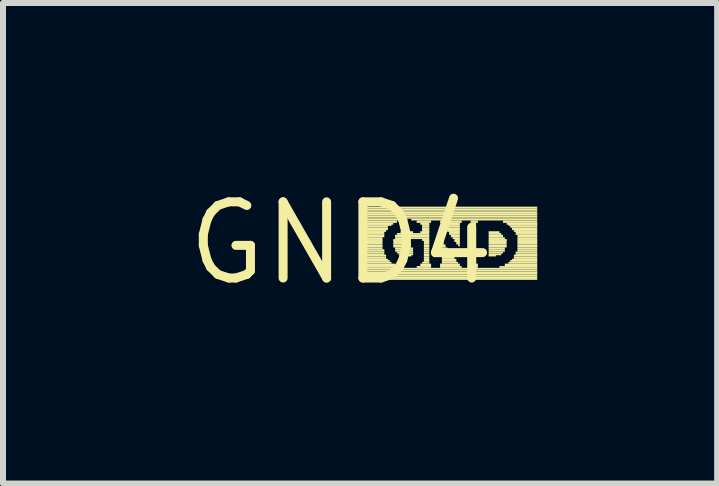
<source format=kicad_pcb>
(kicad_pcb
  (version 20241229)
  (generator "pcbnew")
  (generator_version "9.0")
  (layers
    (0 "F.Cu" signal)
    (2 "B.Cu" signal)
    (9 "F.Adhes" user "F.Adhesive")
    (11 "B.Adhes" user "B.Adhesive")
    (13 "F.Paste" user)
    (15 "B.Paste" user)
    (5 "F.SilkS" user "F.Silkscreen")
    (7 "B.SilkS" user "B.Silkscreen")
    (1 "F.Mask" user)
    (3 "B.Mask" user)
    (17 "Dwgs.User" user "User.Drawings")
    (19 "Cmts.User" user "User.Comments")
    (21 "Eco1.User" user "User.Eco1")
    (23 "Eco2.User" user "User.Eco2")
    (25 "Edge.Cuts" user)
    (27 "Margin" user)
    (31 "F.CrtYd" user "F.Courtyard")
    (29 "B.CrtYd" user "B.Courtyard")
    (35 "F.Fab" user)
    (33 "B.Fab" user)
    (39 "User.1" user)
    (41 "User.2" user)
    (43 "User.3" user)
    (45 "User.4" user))
  (footprint "GND4"
    (layer "F.Cu")
    (at 2.638 1.006)
    (property "Reference" "GND4" (at 0 0 0) (layer "F.SilkS") (effects (font (size 1.27 1.27) (thickness 0.15))))
    (attr through_hole)
    (fp_poly (pts (xy 0.36 -0.58) (xy 3.27 -0.58) (xy 3.27 -0.61) (xy 0.36 -0.61)) (stroke (width 0) (type solid)) (fill yes) (layer "F.SilkS"))
    (fp_poly (pts (xy 0.36 -0.55) (xy 3.27 -0.55) (xy 3.27 -0.58) (xy 0.36 -0.58)) (stroke (width 0) (type solid)) (fill yes) (layer "F.SilkS"))
    (fp_poly (pts (xy 0.36 -0.53) (xy 3.27 -0.53) (xy 3.27 -0.55) (xy 0.36 -0.55)) (stroke (width 0) (type solid)) (fill yes) (layer "F.SilkS"))
    (fp_poly (pts (xy 0.36 -0.49) (xy 3.27 -0.49) (xy 3.27 -0.53) (xy 0.36 -0.53)) (stroke (width 0) (type solid)) (fill yes) (layer "F.SilkS"))
    (fp_poly (pts (xy 0.36 -0.46) (xy 3.27 -0.46) (xy 3.27 -0.49) (xy 0.36 -0.49)) (stroke (width 0) (type solid)) (fill yes) (layer "F.SilkS"))
    (fp_poly (pts (xy 0.36 -0.43) (xy 3.27 -0.43) (xy 3.27 -0.46) (xy 0.36 -0.46)) (stroke (width 0) (type solid)) (fill yes) (layer "F.SilkS"))
    (fp_poly (pts (xy 0.36 -0.41) (xy 3.27 -0.41) (xy 3.27 -0.43) (xy 0.36 -0.43)) (stroke (width 0) (type solid)) (fill yes) (layer "F.SilkS"))
    (fp_poly (pts (xy 0.36 -0.38) (xy 0.99 -0.38) (xy 0.99 -0.41) (xy 0.36 -0.41)) (stroke (width 0) (type solid)) (fill yes) (layer "F.SilkS"))
    (fp_poly (pts (xy 0.36 -0.34) (xy 0.93 -0.34) (xy 0.93 -0.38) (xy 0.36 -0.38)) (stroke (width 0) (type solid)) (fill yes) (layer "F.SilkS"))
    (fp_poly (pts (xy 0.36 -0.31) (xy 0.87 -0.31) (xy 0.87 -0.34) (xy 0.36 -0.34)) (stroke (width 0) (type solid)) (fill yes) (layer "F.SilkS"))
    (fp_poly (pts (xy 0.36 -0.29) (xy 0.84 -0.29) (xy 0.84 -0.32) (xy 0.36 -0.32)) (stroke (width 0) (type solid)) (fill yes) (layer "F.SilkS"))
    (fp_poly (pts (xy 0.36 -0.26) (xy 0.78 -0.26) (xy 0.78 -0.29) (xy 0.36 -0.29)) (stroke (width 0) (type solid)) (fill yes) (layer "F.SilkS"))
    (fp_poly (pts (xy 0.36 -0.22) (xy 0.78 -0.22) (xy 0.78 -0.26) (xy 0.36 -0.26)) (stroke (width 0) (type solid)) (fill yes) (layer "F.SilkS"))
    (fp_poly (pts (xy 0.36 -0.19) (xy 0.75 -0.19) (xy 0.75 -0.22) (xy 0.36 -0.22)) (stroke (width 0) (type solid)) (fill yes) (layer "F.SilkS"))
    (fp_poly (pts (xy 0.36 -0.17) (xy 0.72 -0.17) (xy 0.72 -0.2) (xy 0.36 -0.2)) (stroke (width 0) (type solid)) (fill yes) (layer "F.SilkS"))
    (fp_poly (pts (xy 0.36 -0.14) (xy 0.72 -0.14) (xy 0.72 -0.17) (xy 0.36 -0.17)) (stroke (width 0) (type solid)) (fill yes) (layer "F.SilkS"))
    (fp_poly (pts (xy 0.36 -0.1) (xy 0.72 -0.1) (xy 0.72 -0.14) (xy 0.36 -0.14)) (stroke (width 0) (type solid)) (fill yes) (layer "F.SilkS"))
    (fp_poly (pts (xy 0.36 -0.07) (xy 0.69 -0.07) (xy 0.69 -0.1) (xy 0.36 -0.1)) (stroke (width 0) (type solid)) (fill yes) (layer "F.SilkS"))
    (fp_poly (pts (xy 0.36 -0.04) (xy 0.69 -0.04) (xy 0.69 -0.07) (xy 0.36 -0.07)) (stroke (width 0) (type solid)) (fill yes) (layer "F.SilkS"))
    (fp_poly (pts (xy 0.36 -0.02) (xy 0.69 -0.02) (xy 0.69 -0.05) (xy 0.36 -0.05)) (stroke (width 0) (type solid)) (fill yes) (layer "F.SilkS"))
    (fp_poly (pts (xy 0.36 0.02) (xy 0.69 0.02) (xy 0.69 -0.02) (xy 0.36 -0.02)) (stroke (width 0) (type solid)) (fill yes) (layer "F.SilkS"))
    (fp_poly (pts (xy 0.36 0.05) (xy 0.69 0.05) (xy 0.69 0.02) (xy 0.36 0.02)) (stroke (width 0) (type solid)) (fill yes) (layer "F.SilkS"))
    (fp_poly (pts (xy 0.36 0.07) (xy 0.69 0.07) (xy 0.69 0.04) (xy 0.36 0.04)) (stroke (width 0) (type solid)) (fill yes) (layer "F.SilkS"))
    (fp_poly (pts (xy 0.36 0.1) (xy 0.69 0.1) (xy 0.69 0.07) (xy 0.36 0.07)) (stroke (width 0) (type solid)) (fill yes) (layer "F.SilkS"))
    (fp_poly (pts (xy 0.36 0.14) (xy 0.72 0.14) (xy 0.72 0.1) (xy 0.36 0.1)) (stroke (width 0) (type solid)) (fill yes) (layer "F.SilkS"))
    (fp_poly (pts (xy 0.36 0.17) (xy 0.72 0.17) (xy 0.72 0.14) (xy 0.36 0.14)) (stroke (width 0) (type solid)) (fill yes) (layer "F.SilkS"))
    (fp_poly (pts (xy 0.36 0.2) (xy 0.72 0.2) (xy 0.72 0.17) (xy 0.36 0.17)) (stroke (width 0) (type solid)) (fill yes) (layer "F.SilkS"))
    (fp_poly (pts (xy 0.36 0.22) (xy 0.75 0.22) (xy 0.75 0.19) (xy 0.36 0.19)) (stroke (width 0) (type solid)) (fill yes) (layer "F.SilkS"))
    (fp_poly (pts (xy 0.36 0.26) (xy 0.75 0.26) (xy 0.75 0.22) (xy 0.36 0.22)) (stroke (width 0) (type solid)) (fill yes) (layer "F.SilkS"))
    (fp_poly (pts (xy 0.36 0.29) (xy 0.78 0.29) (xy 0.78 0.26) (xy 0.36 0.26)) (stroke (width 0) (type solid)) (fill yes) (layer "F.SilkS"))
    (fp_poly (pts (xy 0.36 0.31) (xy 0.81 0.31) (xy 0.81 0.28) (xy 0.36 0.28)) (stroke (width 0) (type solid)) (fill yes) (layer "F.SilkS"))
    (fp_poly (pts (xy 0.36 0.34) (xy 0.84 0.34) (xy 0.84 0.31) (xy 0.36 0.31)) (stroke (width 0) (type solid)) (fill yes) (layer "F.SilkS"))
    (fp_poly (pts (xy 0.36 0.38) (xy 0.9 0.38) (xy 0.9 0.34) (xy 0.36 0.34)) (stroke (width 0) (type solid)) (fill yes) (layer "F.SilkS"))
    (fp_poly (pts (xy 0.36 0.41) (xy 0.96 0.41) (xy 0.96 0.38) (xy 0.36 0.38)) (stroke (width 0) (type solid)) (fill yes) (layer "F.SilkS"))
    (fp_poly (pts (xy 0.36 0.44) (xy 3.27 0.44) (xy 3.27 0.41) (xy 0.36 0.41)) (stroke (width 0) (type solid)) (fill yes) (layer "F.SilkS"))
    (fp_poly (pts (xy 0.36 0.47) (xy 3.27 0.47) (xy 3.27 0.44) (xy 0.36 0.44)) (stroke (width 0) (type solid)) (fill yes) (layer "F.SilkS"))
    (fp_poly (pts (xy 0.36 0.5) (xy 3.27 0.5) (xy 3.27 0.47) (xy 0.36 0.47)) (stroke (width 0) (type solid)) (fill yes) (layer "F.SilkS"))
    (fp_poly (pts (xy 0.36 0.52) (xy 3.27 0.52) (xy 3.27 0.49) (xy 0.36 0.49)) (stroke (width 0) (type solid)) (fill yes) (layer "F.SilkS"))
    (fp_poly (pts (xy 0.36 0.55) (xy 3.27 0.55) (xy 3.27 0.52) (xy 0.36 0.52)) (stroke (width 0) (type solid)) (fill yes) (layer "F.SilkS"))
    (fp_poly (pts (xy 0.36 0.58) (xy 3.27 0.58) (xy 3.27 0.55) (xy 0.36 0.55)) (stroke (width 0) (type solid)) (fill yes) (layer "F.SilkS"))
    (fp_poly (pts (xy 0.36 0.61) (xy 3.27 0.61) (xy 3.27 0.58) (xy 0.36 0.58)) (stroke (width 0) (type solid)) (fill yes) (layer "F.SilkS"))
    (fp_poly (pts (xy 0.87 -0.04) (xy 1.08 -0.04) (xy 1.08 -0.07) (xy 0.87 -0.07)) (stroke (width 0) (type solid)) (fill yes) (layer "F.SilkS"))
    (fp_poly (pts (xy 0.87 -0.02) (xy 1.05 -0.02) (xy 1.05 -0.05) (xy 0.87 -0.05)) (stroke (width 0) (type solid)) (fill yes) (layer "F.SilkS"))
    (fp_poly (pts (xy 0.87 0.02) (xy 1.05 0.02) (xy 1.05 -0.02) (xy 0.87 -0.02)) (stroke (width 0) (type solid)) (fill yes) (layer "F.SilkS"))
    (fp_poly (pts (xy 0.87 0.05) (xy 1.05 0.05) (xy 1.05 0.02) (xy 0.87 0.02)) (stroke (width 0) (type solid)) (fill yes) (layer "F.SilkS"))
    (fp_poly (pts (xy 0.87 0.07) (xy 1.05 0.07) (xy 1.05 0.04) (xy 0.87 0.04)) (stroke (width 0) (type solid)) (fill yes) (layer "F.SilkS"))
    (fp_poly (pts (xy 0.9 -0.1) (xy 1.47 -0.1) (xy 1.47 -0.14) (xy 0.9 -0.14)) (stroke (width 0) (type solid)) (fill yes) (layer "F.SilkS"))
    (fp_poly (pts (xy 0.9 -0.07) (xy 1.47 -0.07) (xy 1.47 -0.1) (xy 0.9 -0.1)) (stroke (width 0) (type solid)) (fill yes) (layer "F.SilkS"))
    (fp_poly (pts (xy 0.9 0.1) (xy 1.2 0.1) (xy 1.2 0.07) (xy 0.9 0.07)) (stroke (width 0) (type solid)) (fill yes) (layer "F.SilkS"))
    (fp_poly (pts (xy 0.9 0.14) (xy 1.2 0.14) (xy 1.2 0.1) (xy 0.9 0.1)) (stroke (width 0) (type solid)) (fill yes) (layer "F.SilkS"))
    (fp_poly (pts (xy 0.93 -0.14) (xy 1.47 -0.14) (xy 1.47 -0.17) (xy 0.93 -0.17)) (stroke (width 0) (type solid)) (fill yes) (layer "F.SilkS"))
    (fp_poly (pts (xy 0.93 0.17) (xy 1.2 0.17) (xy 1.2 0.14) (xy 0.93 0.14)) (stroke (width 0) (type solid)) (fill yes) (layer "F.SilkS"))
    (fp_poly (pts (xy 0.96 0.2) (xy 1.2 0.2) (xy 1.2 0.17) (xy 0.96 0.17)) (stroke (width 0) (type solid)) (fill yes) (layer "F.SilkS"))
    (fp_poly (pts (xy 0.99 -0.17) (xy 1.2 -0.17) (xy 1.2 -0.2) (xy 0.99 -0.2)) (stroke (width 0) (type solid)) (fill yes) (layer "F.SilkS"))
    (fp_poly (pts (xy 1.02 0.22) (xy 1.17 0.22) (xy 1.17 0.19) (xy 1.02 0.19)) (stroke (width 0) (type solid)) (fill yes) (layer "F.SilkS"))
    (fp_poly (pts (xy 1.17 -0.38) (xy 3.27 -0.38) (xy 3.27 -0.41) (xy 1.17 -0.41)) (stroke (width 0) (type solid)) (fill yes) (layer "F.SilkS"))
    (fp_poly (pts (xy 1.26 -0.34) (xy 1.5 -0.34) (xy 1.5 -0.38) (xy 1.26 -0.38)) (stroke (width 0) (type solid)) (fill yes) (layer "F.SilkS"))
    (fp_poly (pts (xy 1.26 0.41) (xy 1.5 0.41) (xy 1.5 0.38) (xy 1.26 0.38)) (stroke (width 0) (type solid)) (fill yes) (layer "F.SilkS"))
    (fp_poly (pts (xy 1.32 -0.31) (xy 1.47 -0.31) (xy 1.47 -0.34) (xy 1.32 -0.34)) (stroke (width 0) (type solid)) (fill yes) (layer "F.SilkS"))
    (fp_poly (pts (xy 1.32 -0.17) (xy 1.47 -0.17) (xy 1.47 -0.2) (xy 1.32 -0.2)) (stroke (width 0) (type solid)) (fill yes) (layer "F.SilkS"))
    (fp_poly (pts (xy 1.32 0.38) (xy 1.5 0.38) (xy 1.5 0.34) (xy 1.32 0.34)) (stroke (width 0) (type solid)) (fill yes) (layer "F.SilkS"))
    (fp_poly (pts (xy 1.35 -0.29) (xy 1.47 -0.29) (xy 1.47 -0.32) (xy 1.35 -0.32)) (stroke (width 0) (type solid)) (fill yes) (layer "F.SilkS"))
    (fp_poly (pts (xy 1.35 -0.26) (xy 1.47 -0.26) (xy 1.47 -0.29) (xy 1.35 -0.29)) (stroke (width 0) (type solid)) (fill yes) (layer "F.SilkS"))
    (fp_poly (pts (xy 1.35 -0.22) (xy 1.47 -0.22) (xy 1.47 -0.26) (xy 1.35 -0.26)) (stroke (width 0) (type solid)) (fill yes) (layer "F.SilkS"))
    (fp_poly (pts (xy 1.35 -0.19) (xy 1.47 -0.19) (xy 1.47 -0.22) (xy 1.35 -0.22)) (stroke (width 0) (type solid)) (fill yes) (layer "F.SilkS"))
    (fp_poly (pts (xy 1.35 -0.04) (xy 1.47 -0.04) (xy 1.47 -0.07) (xy 1.35 -0.07)) (stroke (width 0) (type solid)) (fill yes) (layer "F.SilkS"))
    (fp_poly (pts (xy 1.35 0.34) (xy 1.47 0.34) (xy 1.47 0.31) (xy 1.35 0.31)) (stroke (width 0) (type solid)) (fill yes) (layer "F.SilkS"))
    (fp_poly (pts (xy 1.38 -0.02) (xy 1.47 -0.02) (xy 1.47 -0.05) (xy 1.38 -0.05)) (stroke (width 0) (type solid)) (fill yes) (layer "F.SilkS"))
    (fp_poly (pts (xy 1.38 0.02) (xy 1.47 0.02) (xy 1.47 -0.02) (xy 1.38 -0.02)) (stroke (width 0) (type solid)) (fill yes) (layer "F.SilkS"))
    (fp_poly (pts (xy 1.38 0.05) (xy 1.47 0.05) (xy 1.47 0.02) (xy 1.38 0.02)) (stroke (width 0) (type solid)) (fill yes) (layer "F.SilkS"))
    (fp_poly (pts (xy 1.38 0.07) (xy 1.47 0.07) (xy 1.47 0.04) (xy 1.38 0.04)) (stroke (width 0) (type solid)) (fill yes) (layer "F.SilkS"))
    (fp_poly (pts (xy 1.38 0.1) (xy 1.47 0.1) (xy 1.47 0.07) (xy 1.38 0.07)) (stroke (width 0) (type solid)) (fill yes) (layer "F.SilkS"))
    (fp_poly (pts (xy 1.38 0.14) (xy 1.47 0.14) (xy 1.47 0.1) (xy 1.38 0.1)) (stroke (width 0) (type solid)) (fill yes) (layer "F.SilkS"))
    (fp_poly (pts (xy 1.38 0.17) (xy 1.47 0.17) (xy 1.47 0.14) (xy 1.38 0.14)) (stroke (width 0) (type solid)) (fill yes) (layer "F.SilkS"))
    (fp_poly (pts (xy 1.38 0.2) (xy 1.47 0.2) (xy 1.47 0.17) (xy 1.38 0.17)) (stroke (width 0) (type solid)) (fill yes) (layer "F.SilkS"))
    (fp_poly (pts (xy 1.38 0.22) (xy 1.47 0.22) (xy 1.47 0.19) (xy 1.38 0.19)) (stroke (width 0) (type solid)) (fill yes) (layer "F.SilkS"))
    (fp_poly (pts (xy 1.38 0.26) (xy 1.47 0.26) (xy 1.47 0.22) (xy 1.38 0.22)) (stroke (width 0) (type solid)) (fill yes) (layer "F.SilkS"))
    (fp_poly (pts (xy 1.38 0.29) (xy 1.47 0.29) (xy 1.47 0.26) (xy 1.38 0.26)) (stroke (width 0) (type solid)) (fill yes) (layer "F.SilkS"))
    (fp_poly (pts (xy 1.38 0.31) (xy 1.47 0.31) (xy 1.47 0.28) (xy 1.38 0.28)) (stroke (width 0) (type solid)) (fill yes) (layer "F.SilkS"))
    (fp_poly (pts (xy 1.65 -0.34) (xy 2.01 -0.34) (xy 2.01 -0.38) (xy 1.65 -0.38)) (stroke (width 0) (type solid)) (fill yes) (layer "F.SilkS"))
    (fp_poly (pts (xy 1.65 0.38) (xy 1.98 0.38) (xy 1.98 0.34) (xy 1.65 0.34)) (stroke (width 0) (type solid)) (fill yes) (layer "F.SilkS"))
    (fp_poly (pts (xy 1.65 0.41) (xy 2.01 0.41) (xy 2.01 0.38) (xy 1.65 0.38)) (stroke (width 0) (type solid)) (fill yes) (layer "F.SilkS"))
    (fp_poly (pts (xy 1.68 -0.31) (xy 1.98 -0.31) (xy 1.98 -0.34) (xy 1.68 -0.34)) (stroke (width 0) (type solid)) (fill yes) (layer "F.SilkS"))
    (fp_poly (pts (xy 1.68 0.02) (xy 1.71 0.02) (xy 1.71 -0.02) (xy 1.68 -0.02)) (stroke (width 0) (type solid)) (fill yes) (layer "F.SilkS"))
    (fp_poly (pts (xy 1.68 0.05) (xy 1.74 0.05) (xy 1.74 0.02) (xy 1.68 0.02)) (stroke (width 0) (type solid)) (fill yes) (layer "F.SilkS"))
    (fp_poly (pts (xy 1.68 0.07) (xy 1.74 0.07) (xy 1.74 0.04) (xy 1.68 0.04)) (stroke (width 0) (type solid)) (fill yes) (layer "F.SilkS"))
    (fp_poly (pts (xy 1.68 0.1) (xy 1.77 0.1) (xy 1.77 0.07) (xy 1.68 0.07)) (stroke (width 0) (type solid)) (fill yes) (layer "F.SilkS"))
    (fp_poly (pts (xy 1.68 0.14) (xy 1.8 0.14) (xy 1.8 0.1) (xy 1.68 0.1)) (stroke (width 0) (type solid)) (fill yes) (layer "F.SilkS"))
    (fp_poly (pts (xy 1.68 0.17) (xy 1.83 0.17) (xy 1.83 0.14) (xy 1.68 0.14)) (stroke (width 0) (type solid)) (fill yes) (layer "F.SilkS"))
    (fp_poly (pts (xy 1.68 0.2) (xy 1.83 0.2) (xy 1.83 0.17) (xy 1.68 0.17)) (stroke (width 0) (type solid)) (fill yes) (layer "F.SilkS"))
    (fp_poly (pts (xy 1.68 0.22) (xy 1.86 0.22) (xy 1.86 0.19) (xy 1.68 0.19)) (stroke (width 0) (type solid)) (fill yes) (layer "F.SilkS"))
    (fp_poly (pts (xy 1.68 0.26) (xy 1.89 0.26) (xy 1.89 0.22) (xy 1.68 0.22)) (stroke (width 0) (type solid)) (fill yes) (layer "F.SilkS"))
    (fp_poly (pts (xy 1.68 0.29) (xy 1.92 0.29) (xy 1.92 0.26) (xy 1.68 0.26)) (stroke (width 0) (type solid)) (fill yes) (layer "F.SilkS"))
    (fp_poly (pts (xy 1.68 0.31) (xy 1.92 0.31) (xy 1.92 0.28) (xy 1.68 0.28)) (stroke (width 0) (type solid)) (fill yes) (layer "F.SilkS"))
    (fp_poly (pts (xy 1.68 0.34) (xy 1.95 0.34) (xy 1.95 0.31) (xy 1.68 0.31)) (stroke (width 0) (type solid)) (fill yes) (layer "F.SilkS"))
    (fp_poly (pts (xy 1.71 -0.29) (xy 1.98 -0.29) (xy 1.98 -0.32) (xy 1.71 -0.32)) (stroke (width 0) (type solid)) (fill yes) (layer "F.SilkS"))
    (fp_poly (pts (xy 1.71 -0.26) (xy 1.98 -0.26) (xy 1.98 -0.29) (xy 1.71 -0.29)) (stroke (width 0) (type solid)) (fill yes) (layer "F.SilkS"))
    (fp_poly (pts (xy 1.74 -0.22) (xy 1.98 -0.22) (xy 1.98 -0.26) (xy 1.74 -0.26)) (stroke (width 0) (type solid)) (fill yes) (layer "F.SilkS"))
    (fp_poly (pts (xy 1.77 -0.19) (xy 1.98 -0.19) (xy 1.98 -0.22) (xy 1.77 -0.22)) (stroke (width 0) (type solid)) (fill yes) (layer "F.SilkS"))
    (fp_poly (pts (xy 1.8 -0.17) (xy 1.98 -0.17) (xy 1.98 -0.2) (xy 1.8 -0.2)) (stroke (width 0) (type solid)) (fill yes) (layer "F.SilkS"))
    (fp_poly (pts (xy 1.8 -0.14) (xy 1.98 -0.14) (xy 1.98 -0.17) (xy 1.8 -0.17)) (stroke (width 0) (type solid)) (fill yes) (layer "F.SilkS"))
    (fp_poly (pts (xy 1.83 -0.1) (xy 1.98 -0.1) (xy 1.98 -0.14) (xy 1.83 -0.14)) (stroke (width 0) (type solid)) (fill yes) (layer "F.SilkS"))
    (fp_poly (pts (xy 1.86 -0.07) (xy 1.98 -0.07) (xy 1.98 -0.1) (xy 1.86 -0.1)) (stroke (width 0) (type solid)) (fill yes) (layer "F.SilkS"))
    (fp_poly (pts (xy 1.89 -0.04) (xy 1.98 -0.04) (xy 1.98 -0.07) (xy 1.89 -0.07)) (stroke (width 0) (type solid)) (fill yes) (layer "F.SilkS"))
    (fp_poly (pts (xy 1.89 -0.02) (xy 1.98 -0.02) (xy 1.98 -0.05) (xy 1.89 -0.05)) (stroke (width 0) (type solid)) (fill yes) (layer "F.SilkS"))
    (fp_poly (pts (xy 1.92 0.02) (xy 1.98 0.02) (xy 1.98 -0.02) (xy 1.92 -0.02)) (stroke (width 0) (type solid)) (fill yes) (layer "F.SilkS"))
    (fp_poly (pts (xy 1.95 0.05) (xy 1.98 0.05) (xy 1.98 0.02) (xy 1.95 0.02)) (stroke (width 0) (type solid)) (fill yes) (layer "F.SilkS"))
    (fp_poly (pts (xy 2.13 0.41) (xy 2.28 0.41) (xy 2.28 0.38) (xy 2.13 0.38)) (stroke (width 0) (type solid)) (fill yes) (layer "F.SilkS"))
    (fp_poly (pts (xy 2.16 -0.34) (xy 2.28 -0.34) (xy 2.28 -0.38) (xy 2.16 -0.38)) (stroke (width 0) (type solid)) (fill yes) (layer "F.SilkS"))
    (fp_poly (pts (xy 2.16 -0.31) (xy 2.25 -0.31) (xy 2.25 -0.34) (xy 2.16 -0.34)) (stroke (width 0) (type solid)) (fill yes) (layer "F.SilkS"))
    (fp_poly (pts (xy 2.16 -0.29) (xy 2.25 -0.29) (xy 2.25 -0.32) (xy 2.16 -0.32)) (stroke (width 0) (type solid)) (fill yes) (layer "F.SilkS"))
    (fp_poly (pts (xy 2.16 -0.26) (xy 2.25 -0.26) (xy 2.25 -0.29) (xy 2.16 -0.29)) (stroke (width 0) (type solid)) (fill yes) (layer "F.SilkS"))
    (fp_poly (pts (xy 2.16 -0.22) (xy 2.25 -0.22) (xy 2.25 -0.26) (xy 2.16 -0.26)) (stroke (width 0) (type solid)) (fill yes) (layer "F.SilkS"))
    (fp_poly (pts (xy 2.16 -0.19) (xy 2.25 -0.19) (xy 2.25 -0.22) (xy 2.16 -0.22)) (stroke (width 0) (type solid)) (fill yes) (layer "F.SilkS"))
    (fp_poly (pts (xy 2.16 -0.17) (xy 2.25 -0.17) (xy 2.25 -0.2) (xy 2.16 -0.2)) (stroke (width 0) (type solid)) (fill yes) (layer "F.SilkS"))
    (fp_poly (pts (xy 2.16 -0.14) (xy 2.25 -0.14) (xy 2.25 -0.17) (xy 2.16 -0.17)) (stroke (width 0) (type solid)) (fill yes) (layer "F.SilkS"))
    (fp_poly (pts (xy 2.16 -0.1) (xy 2.25 -0.1) (xy 2.25 -0.14) (xy 2.16 -0.14)) (stroke (width 0) (type solid)) (fill yes) (layer "F.SilkS"))
    (fp_poly (pts (xy 2.16 -0.07) (xy 2.25 -0.07) (xy 2.25 -0.1) (xy 2.16 -0.1)) (stroke (width 0) (type solid)) (fill yes) (layer "F.SilkS"))
    (fp_poly (pts (xy 2.16 -0.04) (xy 2.25 -0.04) (xy 2.25 -0.07) (xy 2.16 -0.07)) (stroke (width 0) (type solid)) (fill yes) (layer "F.SilkS"))
    (fp_poly (pts (xy 2.16 -0.02) (xy 2.25 -0.02) (xy 2.25 -0.05) (xy 2.16 -0.05)) (stroke (width 0) (type solid)) (fill yes) (layer "F.SilkS"))
    (fp_poly (pts (xy 2.16 0.02) (xy 2.25 0.02) (xy 2.25 -0.02) (xy 2.16 -0.02)) (stroke (width 0) (type solid)) (fill yes) (layer "F.SilkS"))
    (fp_poly (pts (xy 2.16 0.05) (xy 2.25 0.05) (xy 2.25 0.02) (xy 2.16 0.02)) (stroke (width 0) (type solid)) (fill yes) (layer "F.SilkS"))
    (fp_poly (pts (xy 2.16 0.07) (xy 2.25 0.07) (xy 2.25 0.04) (xy 2.16 0.04)) (stroke (width 0) (type solid)) (fill yes) (layer "F.SilkS"))
    (fp_poly (pts (xy 2.16 0.1) (xy 2.25 0.1) (xy 2.25 0.07) (xy 2.16 0.07)) (stroke (width 0) (type solid)) (fill yes) (layer "F.SilkS"))
    (fp_poly (pts (xy 2.16 0.14) (xy 2.25 0.14) (xy 2.25 0.1) (xy 2.16 0.1)) (stroke (width 0) (type solid)) (fill yes) (layer "F.SilkS"))
    (fp_poly (pts (xy 2.16 0.17) (xy 2.25 0.17) (xy 2.25 0.14) (xy 2.16 0.14)) (stroke (width 0) (type solid)) (fill yes) (layer "F.SilkS"))
    (fp_poly (pts (xy 2.16 0.2) (xy 2.25 0.2) (xy 2.25 0.17) (xy 2.16 0.17)) (stroke (width 0) (type solid)) (fill yes) (layer "F.SilkS"))
    (fp_poly (pts (xy 2.16 0.22) (xy 2.25 0.22) (xy 2.25 0.19) (xy 2.16 0.19)) (stroke (width 0) (type solid)) (fill yes) (layer "F.SilkS"))
    (fp_poly (pts (xy 2.16 0.26) (xy 2.25 0.26) (xy 2.25 0.22) (xy 2.16 0.22)) (stroke (width 0) (type solid)) (fill yes) (layer "F.SilkS"))
    (fp_poly (pts (xy 2.16 0.29) (xy 2.25 0.29) (xy 2.25 0.26) (xy 2.16 0.26)) (stroke (width 0) (type solid)) (fill yes) (layer "F.SilkS"))
    (fp_poly (pts (xy 2.16 0.31) (xy 2.25 0.31) (xy 2.25 0.28) (xy 2.16 0.28)) (stroke (width 0) (type solid)) (fill yes) (layer "F.SilkS"))
    (fp_poly (pts (xy 2.16 0.34) (xy 2.25 0.34) (xy 2.25 0.31) (xy 2.16 0.31)) (stroke (width 0) (type solid)) (fill yes) (layer "F.SilkS"))
    (fp_poly (pts (xy 2.16 0.38) (xy 2.28 0.38) (xy 2.28 0.34) (xy 2.16 0.34)) (stroke (width 0) (type solid)) (fill yes) (layer "F.SilkS"))
    (fp_poly (pts (xy 2.46 -0.17) (xy 2.64 -0.17) (xy 2.64 -0.2) (xy 2.46 -0.2)) (stroke (width 0) (type solid)) (fill yes) (layer "F.SilkS"))
    (fp_poly (pts (xy 2.46 -0.14) (xy 2.67 -0.14) (xy 2.67 -0.17) (xy 2.46 -0.17)) (stroke (width 0) (type solid)) (fill yes) (layer "F.SilkS"))
    (fp_poly (pts (xy 2.46 -0.1) (xy 2.7 -0.1) (xy 2.7 -0.14) (xy 2.46 -0.14)) (stroke (width 0) (type solid)) (fill yes) (layer "F.SilkS"))
    (fp_poly (pts (xy 2.46 -0.07) (xy 2.73 -0.07) (xy 2.73 -0.1) (xy 2.46 -0.1)) (stroke (width 0) (type solid)) (fill yes) (layer "F.SilkS"))
    (fp_poly (pts (xy 2.46 -0.04) (xy 2.76 -0.04) (xy 2.76 -0.07) (xy 2.46 -0.07)) (stroke (width 0) (type solid)) (fill yes) (layer "F.SilkS"))
    (fp_poly (pts (xy 2.46 -0.02) (xy 2.76 -0.02) (xy 2.76 -0.05) (xy 2.46 -0.05)) (stroke (width 0) (type solid)) (fill yes) (layer "F.SilkS"))
    (fp_poly (pts (xy 2.46 0.02) (xy 2.76 0.02) (xy 2.76 -0.02) (xy 2.46 -0.02)) (stroke (width 0) (type solid)) (fill yes) (layer "F.SilkS"))
    (fp_poly (pts (xy 2.46 0.05) (xy 2.76 0.05) (xy 2.76 0.02) (xy 2.46 0.02)) (stroke (width 0) (type solid)) (fill yes) (layer "F.SilkS"))
    (fp_poly (pts (xy 2.46 0.07) (xy 2.76 0.07) (xy 2.76 0.04) (xy 2.46 0.04)) (stroke (width 0) (type solid)) (fill yes) (layer "F.SilkS"))
    (fp_poly (pts (xy 2.46 0.1) (xy 2.73 0.1) (xy 2.73 0.07) (xy 2.46 0.07)) (stroke (width 0) (type solid)) (fill yes) (layer "F.SilkS"))
    (fp_poly (pts (xy 2.46 0.14) (xy 2.73 0.14) (xy 2.73 0.1) (xy 2.46 0.1)) (stroke (width 0) (type solid)) (fill yes) (layer "F.SilkS"))
    (fp_poly (pts (xy 2.46 0.17) (xy 2.7 0.17) (xy 2.7 0.14) (xy 2.46 0.14)) (stroke (width 0) (type solid)) (fill yes) (layer "F.SilkS"))
    (fp_poly (pts (xy 2.46 0.2) (xy 2.67 0.2) (xy 2.67 0.17) (xy 2.46 0.17)) (stroke (width 0) (type solid)) (fill yes) (layer "F.SilkS"))
    (fp_poly (pts (xy 2.46 0.22) (xy 2.58 0.22) (xy 2.58 0.19) (xy 2.46 0.19)) (stroke (width 0) (type solid)) (fill yes) (layer "F.SilkS"))
    (fp_poly (pts (xy 2.64 0.41) (xy 3.27 0.41) (xy 3.27 0.38) (xy 2.64 0.38)) (stroke (width 0) (type solid)) (fill yes) (layer "F.SilkS"))
    (fp_poly (pts (xy 2.7 -0.34) (xy 3.27 -0.34) (xy 3.27 -0.38) (xy 2.7 -0.38)) (stroke (width 0) (type solid)) (fill yes) (layer "F.SilkS"))
    (fp_poly (pts (xy 2.73 0.38) (xy 3.27 0.38) (xy 3.27 0.34) (xy 2.73 0.34)) (stroke (width 0) (type solid)) (fill yes) (layer "F.SilkS"))
    (fp_poly (pts (xy 2.76 -0.31) (xy 3.27 -0.31) (xy 3.27 -0.34) (xy 2.76 -0.34)) (stroke (width 0) (type solid)) (fill yes) (layer "F.SilkS"))
    (fp_poly (pts (xy 2.79 -0.29) (xy 3.27 -0.29) (xy 3.27 -0.32) (xy 2.79 -0.32)) (stroke (width 0) (type solid)) (fill yes) (layer "F.SilkS"))
    (fp_poly (pts (xy 2.79 0.34) (xy 3.27 0.34) (xy 3.27 0.31) (xy 2.79 0.31)) (stroke (width 0) (type solid)) (fill yes) (layer "F.SilkS"))
    (fp_poly (pts (xy 2.82 -0.26) (xy 3.27 -0.26) (xy 3.27 -0.29) (xy 2.82 -0.29)) (stroke (width 0) (type solid)) (fill yes) (layer "F.SilkS"))
    (fp_poly (pts (xy 2.82 0.31) (xy 3.27 0.31) (xy 3.27 0.28) (xy 2.82 0.28)) (stroke (width 0) (type solid)) (fill yes) (layer "F.SilkS"))
    (fp_poly (pts (xy 2.85 -0.22) (xy 3.27 -0.22) (xy 3.27 -0.26) (xy 2.85 -0.26)) (stroke (width 0) (type solid)) (fill yes) (layer "F.SilkS"))
    (fp_poly (pts (xy 2.85 0.29) (xy 3.27 0.29) (xy 3.27 0.26) (xy 2.85 0.26)) (stroke (width 0) (type solid)) (fill yes) (layer "F.SilkS"))
    (fp_poly (pts (xy 2.88 -0.19) (xy 3.27 -0.19) (xy 3.27 -0.22) (xy 2.88 -0.22)) (stroke (width 0) (type solid)) (fill yes) (layer "F.SilkS"))
    (fp_poly (pts (xy 2.88 0.22) (xy 3.27 0.22) (xy 3.27 0.19) (xy 2.88 0.19)) (stroke (width 0) (type solid)) (fill yes) (layer "F.SilkS"))
    (fp_poly (pts (xy 2.88 0.26) (xy 3.27 0.26) (xy 3.27 0.22) (xy 2.88 0.22)) (stroke (width 0) (type solid)) (fill yes) (layer "F.SilkS"))
    (fp_poly (pts (xy 2.91 -0.17) (xy 3.27 -0.17) (xy 3.27 -0.2) (xy 2.91 -0.2)) (stroke (width 0) (type solid)) (fill yes) (layer "F.SilkS"))
    (fp_poly (pts (xy 2.91 -0.14) (xy 3.27 -0.14) (xy 3.27 -0.17) (xy 2.91 -0.17)) (stroke (width 0) (type solid)) (fill yes) (layer "F.SilkS"))
    (fp_poly (pts (xy 2.91 0.17) (xy 3.27 0.17) (xy 3.27 0.14) (xy 2.91 0.14)) (stroke (width 0) (type solid)) (fill yes) (layer "F.SilkS"))
    (fp_poly (pts (xy 2.91 0.2) (xy 3.27 0.2) (xy 3.27 0.17) (xy 2.91 0.17)) (stroke (width 0) (type solid)) (fill yes) (layer "F.SilkS"))
    (fp_poly (pts (xy 2.94 -0.1) (xy 3.27 -0.1) (xy 3.27 -0.14) (xy 2.94 -0.14)) (stroke (width 0) (type solid)) (fill yes) (layer "F.SilkS"))
    (fp_poly (pts (xy 2.94 -0.07) (xy 3.27 -0.07) (xy 3.27 -0.1) (xy 2.94 -0.1)) (stroke (width 0) (type solid)) (fill yes) (layer "F.SilkS"))
    (fp_poly (pts (xy 2.94 -0.04) (xy 3.27 -0.04) (xy 3.27 -0.07) (xy 2.94 -0.07)) (stroke (width 0) (type solid)) (fill yes) (layer "F.SilkS"))
    (fp_poly (pts (xy 2.94 -0.02) (xy 3.27 -0.02) (xy 3.27 -0.05) (xy 2.94 -0.05)) (stroke (width 0) (type solid)) (fill yes) (layer "F.SilkS"))
    (fp_poly (pts (xy 2.94 0.02) (xy 3.27 0.02) (xy 3.27 -0.02) (xy 2.94 -0.02)) (stroke (width 0) (type solid)) (fill yes) (layer "F.SilkS"))
    (fp_poly (pts (xy 2.94 0.05) (xy 3.27 0.05) (xy 3.27 0.02) (xy 2.94 0.02)) (stroke (width 0) (type solid)) (fill yes) (layer "F.SilkS"))
    (fp_poly (pts (xy 2.94 0.07) (xy 3.27 0.07) (xy 3.27 0.04) (xy 2.94 0.04)) (stroke (width 0) (type solid)) (fill yes) (layer "F.SilkS"))
    (fp_poly (pts (xy 2.94 0.1) (xy 3.27 0.1) (xy 3.27 0.07) (xy 2.94 0.07)) (stroke (width 0) (type solid)) (fill yes) (layer "F.SilkS"))
    (fp_poly (pts (xy 2.94 0.14) (xy 3.27 0.14) (xy 3.27 0.1) (xy 2.94 0.1)) (stroke (width 0) (type solid)) (fill yes) (layer "F.SilkS")))
  (gr_rect
    (start -3 -3)
    (end 8.908 5.012)
    (stroke (width 0.1) (type default))
    (fill no)
    (layer "Edge.Cuts")))
</source>
